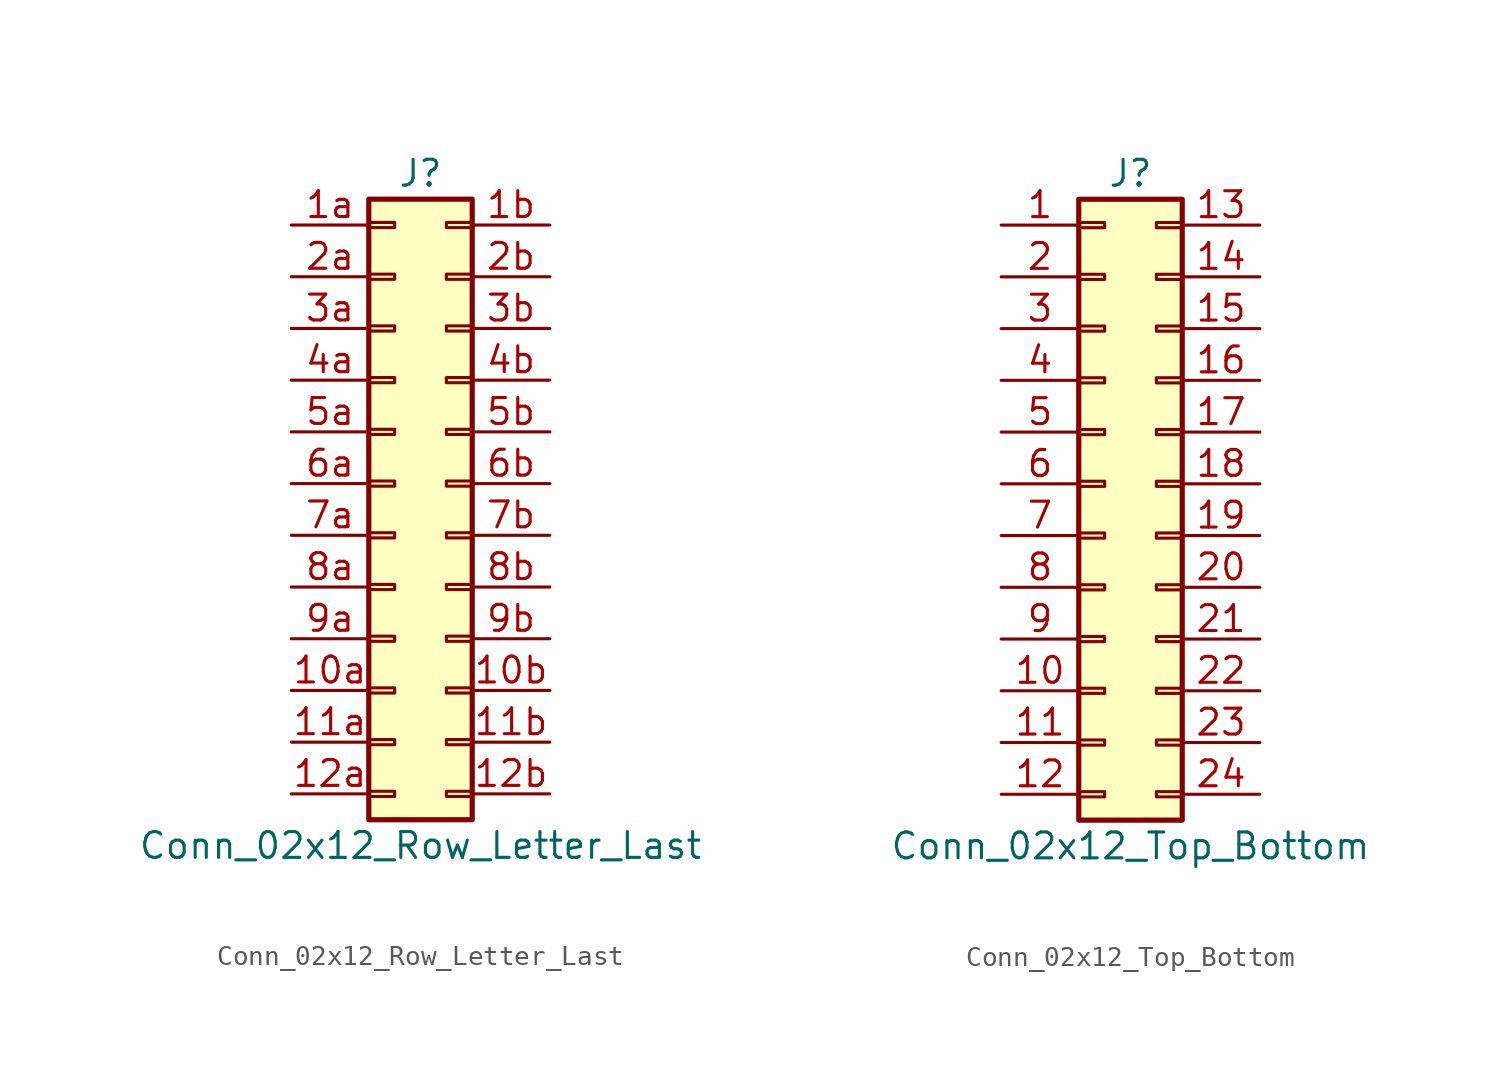
<source format=kicad_sym>
(kicad_symbol_lib
  (version 20220914)
  (generator kicad_symbol_editor)
  (symbol "Conn_02x12_Row_Letter_Last"
    (pin_names
      (offset 1.016) hide)
    (property "Reference" "J"
      (at 1.27 15.24 0)
      (effects (font (size 1.27 1.27))))
    (property "Value" "Conn_02x12_Row_Letter_Last"
      (at 1.27 -17.78 0)
      (effects (font (size 1.27 1.27))))
    (symbol "Conn_02x12_Row_Letter_Last_1_1"
      (rectangle (start -1.27 -15.113) (end 0 -15.367) (stroke (width 0.152) (type solid)) (fill (type none)))
      (rectangle (start -1.27 -12.573) (end 0 -12.827) (stroke (width 0.152) (type solid)) (fill (type none)))
      (rectangle (start -1.27 -10.033) (end 0 -10.287) (stroke (width 0.152) (type solid)) (fill (type none)))
      (rectangle (start -1.27 -7.493) (end 0 -7.747) (stroke (width 0.152) (type solid)) (fill (type none)))
      (rectangle (start -1.27 -4.953) (end 0 -5.207) (stroke (width 0.152) (type solid)) (fill (type none)))
      (rectangle (start -1.27 -2.413) (end 0 -2.667) (stroke (width 0.152) (type solid)) (fill (type none)))
      (rectangle (start -1.27 0.127) (end 0 -0.127) (stroke (width 0.152) (type solid)) (fill (type none)))
      (rectangle (start -1.27 2.667) (end 0 2.413) (stroke (width 0.152) (type solid)) (fill (type none)))
      (rectangle (start -1.27 5.207) (end 0 4.953) (stroke (width 0.152) (type solid)) (fill (type none)))
      (rectangle (start -1.27 7.747) (end 0 7.493) (stroke (width 0.152) (type solid)) (fill (type none)))
      (rectangle (start -1.27 10.287) (end 0 10.033) (stroke (width 0.152) (type solid)) (fill (type none)))
      (rectangle (start -1.27 12.827) (end 0 12.573) (stroke (width 0.152) (type solid)) (fill (type none)))
      (rectangle (start -1.27 13.97) (end 3.81 -16.51) (stroke (width 0.254) (type solid)) (fill (type background)))
      (rectangle (start 3.81 -15.113) (end 2.54 -15.367) (stroke (width 0.152) (type solid)) (fill (type none)))
      (rectangle (start 3.81 -12.573) (end 2.54 -12.827) (stroke (width 0.152) (type solid)) (fill (type none)))
      (rectangle (start 3.81 -10.033) (end 2.54 -10.287) (stroke (width 0.152) (type solid)) (fill (type none)))
      (rectangle (start 3.81 -7.493) (end 2.54 -7.747) (stroke (width 0.152) (type solid)) (fill (type none)))
      (rectangle (start 3.81 -4.953) (end 2.54 -5.207) (stroke (width 0.152) (type solid)) (fill (type none)))
      (rectangle (start 3.81 -2.413) (end 2.54 -2.667) (stroke (width 0.152) (type solid)) (fill (type none)))
      (rectangle (start 3.81 0.127) (end 2.54 -0.127) (stroke (width 0.152) (type solid)) (fill (type none)))
      (rectangle (start 3.81 2.667) (end 2.54 2.413) (stroke (width 0.152) (type solid)) (fill (type none)))
      (rectangle (start 3.81 5.207) (end 2.54 4.953) (stroke (width 0.152) (type solid)) (fill (type none)))
      (rectangle (start 3.81 7.747) (end 2.54 7.493) (stroke (width 0.152) (type solid)) (fill (type none)))
      (rectangle (start 3.81 10.287) (end 2.54 10.033) (stroke (width 0.152) (type solid)) (fill (type none)))
      (rectangle (start 3.81 12.827) (end 2.54 12.573) (stroke (width 0.152) (type solid)) (fill (type none)))
      (pin passive line (at -5.08 -10.16 0) (length 3.81) (name "Pin_10a" (effects (font (size 1.27 1.27)))) (number "10a" (effects (font (size 1.27 1.27)))))
      (pin passive line (at 7.62 -10.16 180) (length 3.81) (name "Pin_10b" (effects (font (size 1.27 1.27)))) (number "10b" (effects (font (size 1.27 1.27)))))
      (pin passive line (at -5.08 -12.7 0) (length 3.81) (name "Pin_11a" (effects (font (size 1.27 1.27)))) (number "11a" (effects (font (size 1.27 1.27)))))
      (pin passive line (at 7.62 -12.7 180) (length 3.81) (name "Pin_11b" (effects (font (size 1.27 1.27)))) (number "11b" (effects (font (size 1.27 1.27)))))
      (pin passive line (at -5.08 -15.24 0) (length 3.81) (name "Pin_12a" (effects (font (size 1.27 1.27)))) (number "12a" (effects (font (size 1.27 1.27)))))
      (pin passive line (at 7.62 -15.24 180) (length 3.81) (name "Pin_12b" (effects (font (size 1.27 1.27)))) (number "12b" (effects (font (size 1.27 1.27)))))
      (pin passive line (at -5.08 12.7 0) (length 3.81) (name "Pin_1a" (effects (font (size 1.27 1.27)))) (number "1a" (effects (font (size 1.27 1.27)))))
      (pin passive line (at 7.62 12.7 180) (length 3.81) (name "Pin_1b" (effects (font (size 1.27 1.27)))) (number "1b" (effects (font (size 1.27 1.27)))))
      (pin passive line (at -5.08 10.16 0) (length 3.81) (name "Pin_2a" (effects (font (size 1.27 1.27)))) (number "2a" (effects (font (size 1.27 1.27)))))
      (pin passive line (at 7.62 10.16 180) (length 3.81) (name "Pin_2b" (effects (font (size 1.27 1.27)))) (number "2b" (effects (font (size 1.27 1.27)))))
      (pin passive line (at -5.08 7.62 0) (length 3.81) (name "Pin_3a" (effects (font (size 1.27 1.27)))) (number "3a" (effects (font (size 1.27 1.27)))))
      (pin passive line (at 7.62 7.62 180) (length 3.81) (name "Pin_3b" (effects (font (size 1.27 1.27)))) (number "3b" (effects (font (size 1.27 1.27)))))
      (pin passive line (at -5.08 5.08 0) (length 3.81) (name "Pin_4a" (effects (font (size 1.27 1.27)))) (number "4a" (effects (font (size 1.27 1.27)))))
      (pin passive line (at 7.62 5.08 180) (length 3.81) (name "Pin_4b" (effects (font (size 1.27 1.27)))) (number "4b" (effects (font (size 1.27 1.27)))))
      (pin passive line (at -5.08 2.54 0) (length 3.81) (name "Pin_5a" (effects (font (size 1.27 1.27)))) (number "5a" (effects (font (size 1.27 1.27)))))
      (pin passive line (at 7.62 2.54 180) (length 3.81) (name "Pin_5b" (effects (font (size 1.27 1.27)))) (number "5b" (effects (font (size 1.27 1.27)))))
      (pin passive line (at -5.08 0 0) (length 3.81) (name "Pin_6a" (effects (font (size 1.27 1.27)))) (number "6a" (effects (font (size 1.27 1.27)))))
      (pin passive line (at 7.62 0 180) (length 3.81) (name "Pin_6b" (effects (font (size 1.27 1.27)))) (number "6b" (effects (font (size 1.27 1.27)))))
      (pin passive line (at -5.08 -2.54 0) (length 3.81) (name "Pin_7a" (effects (font (size 1.27 1.27)))) (number "7a" (effects (font (size 1.27 1.27)))))
      (pin passive line (at 7.62 -2.54 180) (length 3.81) (name "Pin_7b" (effects (font (size 1.27 1.27)))) (number "7b" (effects (font (size 1.27 1.27)))))
      (pin passive line (at -5.08 -5.08 0) (length 3.81) (name "Pin_8a" (effects (font (size 1.27 1.27)))) (number "8a" (effects (font (size 1.27 1.27)))))
      (pin passive line (at 7.62 -5.08 180) (length 3.81) (name "Pin_8b" (effects (font (size 1.27 1.27)))) (number "8b" (effects (font (size 1.27 1.27)))))
      (pin passive line (at -5.08 -7.62 0) (length 3.81) (name "Pin_9a" (effects (font (size 1.27 1.27)))) (number "9a" (effects (font (size 1.27 1.27)))))
      (pin passive line (at 7.62 -7.62 180) (length 3.81) (name "Pin_9b" (effects (font (size 1.27 1.27)))) (number "9b" (effects (font (size 1.27 1.27)))))))
  (symbol "Conn_02x12_Top_Bottom"
    (pin_names
      (offset 1.016) hide)
    (property "Reference" "J"
      (at 1.27 15.24 0)
      (effects (font (size 1.27 1.27))))
    (property "Value" "Conn_02x12_Top_Bottom"
      (at 1.27 -17.78 0)
      (effects (font (size 1.27 1.27))))
    (symbol "Conn_02x12_Top_Bottom_1_1"
      (rectangle (start -1.27 -15.113) (end 0 -15.367) (stroke (width 0.152) (type solid)) (fill (type none)))
      (rectangle (start -1.27 -12.573) (end 0 -12.827) (stroke (width 0.152) (type solid)) (fill (type none)))
      (rectangle (start -1.27 -10.033) (end 0 -10.287) (stroke (width 0.152) (type solid)) (fill (type none)))
      (rectangle (start -1.27 -7.493) (end 0 -7.747) (stroke (width 0.152) (type solid)) (fill (type none)))
      (rectangle (start -1.27 -4.953) (end 0 -5.207) (stroke (width 0.152) (type solid)) (fill (type none)))
      (rectangle (start -1.27 -2.413) (end 0 -2.667) (stroke (width 0.152) (type solid)) (fill (type none)))
      (rectangle (start -1.27 0.127) (end 0 -0.127) (stroke (width 0.152) (type solid)) (fill (type none)))
      (rectangle (start -1.27 2.667) (end 0 2.413) (stroke (width 0.152) (type solid)) (fill (type none)))
      (rectangle (start -1.27 5.207) (end 0 4.953) (stroke (width 0.152) (type solid)) (fill (type none)))
      (rectangle (start -1.27 7.747) (end 0 7.493) (stroke (width 0.152) (type solid)) (fill (type none)))
      (rectangle (start -1.27 10.287) (end 0 10.033) (stroke (width 0.152) (type solid)) (fill (type none)))
      (rectangle (start -1.27 12.827) (end 0 12.573) (stroke (width 0.152) (type solid)) (fill (type none)))
      (rectangle (start -1.27 13.97) (end 3.81 -16.51) (stroke (width 0.254) (type solid)) (fill (type background)))
      (rectangle (start 3.81 -15.113) (end 2.54 -15.367) (stroke (width 0.152) (type solid)) (fill (type none)))
      (rectangle (start 3.81 -12.573) (end 2.54 -12.827) (stroke (width 0.152) (type solid)) (fill (type none)))
      (rectangle (start 3.81 -10.033) (end 2.54 -10.287) (stroke (width 0.152) (type solid)) (fill (type none)))
      (rectangle (start 3.81 -7.493) (end 2.54 -7.747) (stroke (width 0.152) (type solid)) (fill (type none)))
      (rectangle (start 3.81 -4.953) (end 2.54 -5.207) (stroke (width 0.152) (type solid)) (fill (type none)))
      (rectangle (start 3.81 -2.413) (end 2.54 -2.667) (stroke (width 0.152) (type solid)) (fill (type none)))
      (rectangle (start 3.81 0.127) (end 2.54 -0.127) (stroke (width 0.152) (type solid)) (fill (type none)))
      (rectangle (start 3.81 2.667) (end 2.54 2.413) (stroke (width 0.152) (type solid)) (fill (type none)))
      (rectangle (start 3.81 5.207) (end 2.54 4.953) (stroke (width 0.152) (type solid)) (fill (type none)))
      (rectangle (start 3.81 7.747) (end 2.54 7.493) (stroke (width 0.152) (type solid)) (fill (type none)))
      (rectangle (start 3.81 10.287) (end 2.54 10.033) (stroke (width 0.152) (type solid)) (fill (type none)))
      (rectangle (start 3.81 12.827) (end 2.54 12.573) (stroke (width 0.152) (type solid)) (fill (type none)))
      (pin passive line (at -5.08 12.7 0) (length 3.81) (name "Pin_1" (effects (font (size 1.27 1.27)))) (number "1" (effects (font (size 1.27 1.27)))))
      (pin passive line (at -5.08 -10.16 0) (length 3.81) (name "Pin_10" (effects (font (size 1.27 1.27)))) (number "10" (effects (font (size 1.27 1.27)))))
      (pin passive line (at -5.08 -12.7 0) (length 3.81) (name "Pin_11" (effects (font (size 1.27 1.27)))) (number "11" (effects (font (size 1.27 1.27)))))
      (pin passive line (at -5.08 -15.24 0) (length 3.81) (name "Pin_12" (effects (font (size 1.27 1.27)))) (number "12" (effects (font (size 1.27 1.27)))))
      (pin passive line (at 7.62 12.7 180) (length 3.81) (name "Pin_13" (effects (font (size 1.27 1.27)))) (number "13" (effects (font (size 1.27 1.27)))))
      (pin passive line (at 7.62 10.16 180) (length 3.81) (name "Pin_14" (effects (font (size 1.27 1.27)))) (number "14" (effects (font (size 1.27 1.27)))))
      (pin passive line (at 7.62 7.62 180) (length 3.81) (name "Pin_15" (effects (font (size 1.27 1.27)))) (number "15" (effects (font (size 1.27 1.27)))))
      (pin passive line (at 7.62 5.08 180) (length 3.81) (name "Pin_16" (effects (font (size 1.27 1.27)))) (number "16" (effects (font (size 1.27 1.27)))))
      (pin passive line (at 7.62 2.54 180) (length 3.81) (name "Pin_17" (effects (font (size 1.27 1.27)))) (number "17" (effects (font (size 1.27 1.27)))))
      (pin passive line (at 7.62 0 180) (length 3.81) (name "Pin_18" (effects (font (size 1.27 1.27)))) (number "18" (effects (font (size 1.27 1.27)))))
      (pin passive line (at 7.62 -2.54 180) (length 3.81) (name "Pin_19" (effects (font (size 1.27 1.27)))) (number "19" (effects (font (size 1.27 1.27)))))
      (pin passive line (at -5.08 10.16 0) (length 3.81) (name "Pin_2" (effects (font (size 1.27 1.27)))) (number "2" (effects (font (size 1.27 1.27)))))
      (pin passive line (at 7.62 -5.08 180) (length 3.81) (name "Pin_20" (effects (font (size 1.27 1.27)))) (number "20" (effects (font (size 1.27 1.27)))))
      (pin passive line (at 7.62 -7.62 180) (length 3.81) (name "Pin_21" (effects (font (size 1.27 1.27)))) (number "21" (effects (font (size 1.27 1.27)))))
      (pin passive line (at 7.62 -10.16 180) (length 3.81) (name "Pin_22" (effects (font (size 1.27 1.27)))) (number "22" (effects (font (size 1.27 1.27)))))
      (pin passive line (at 7.62 -12.7 180) (length 3.81) (name "Pin_23" (effects (font (size 1.27 1.27)))) (number "23" (effects (font (size 1.27 1.27)))))
      (pin passive line (at 7.62 -15.24 180) (length 3.81) (name "Pin_24" (effects (font (size 1.27 1.27)))) (number "24" (effects (font (size 1.27 1.27)))))
      (pin passive line (at -5.08 7.62 0) (length 3.81) (name "Pin_3" (effects (font (size 1.27 1.27)))) (number "3" (effects (font (size 1.27 1.27)))))
      (pin passive line (at -5.08 5.08 0) (length 3.81) (name "Pin_4" (effects (font (size 1.27 1.27)))) (number "4" (effects (font (size 1.27 1.27)))))
      (pin passive line (at -5.08 2.54 0) (length 3.81) (name "Pin_5" (effects (font (size 1.27 1.27)))) (number "5" (effects (font (size 1.27 1.27)))))
      (pin passive line (at -5.08 0 0) (length 3.81) (name "Pin_6" (effects (font (size 1.27 1.27)))) (number "6" (effects (font (size 1.27 1.27)))))
      (pin passive line (at -5.08 -2.54 0) (length 3.81) (name "Pin_7" (effects (font (size 1.27 1.27)))) (number "7" (effects (font (size 1.27 1.27)))))
      (pin passive line (at -5.08 -5.08 0) (length 3.81) (name "Pin_8" (effects (font (size 1.27 1.27)))) (number "8" (effects (font (size 1.27 1.27)))))
      (pin passive line (at -5.08 -7.62 0) (length 3.81) (name "Pin_9" (effects (font (size 1.27 1.27)))) (number "9" (effects (font (size 1.27 1.27))))))))
</source>
